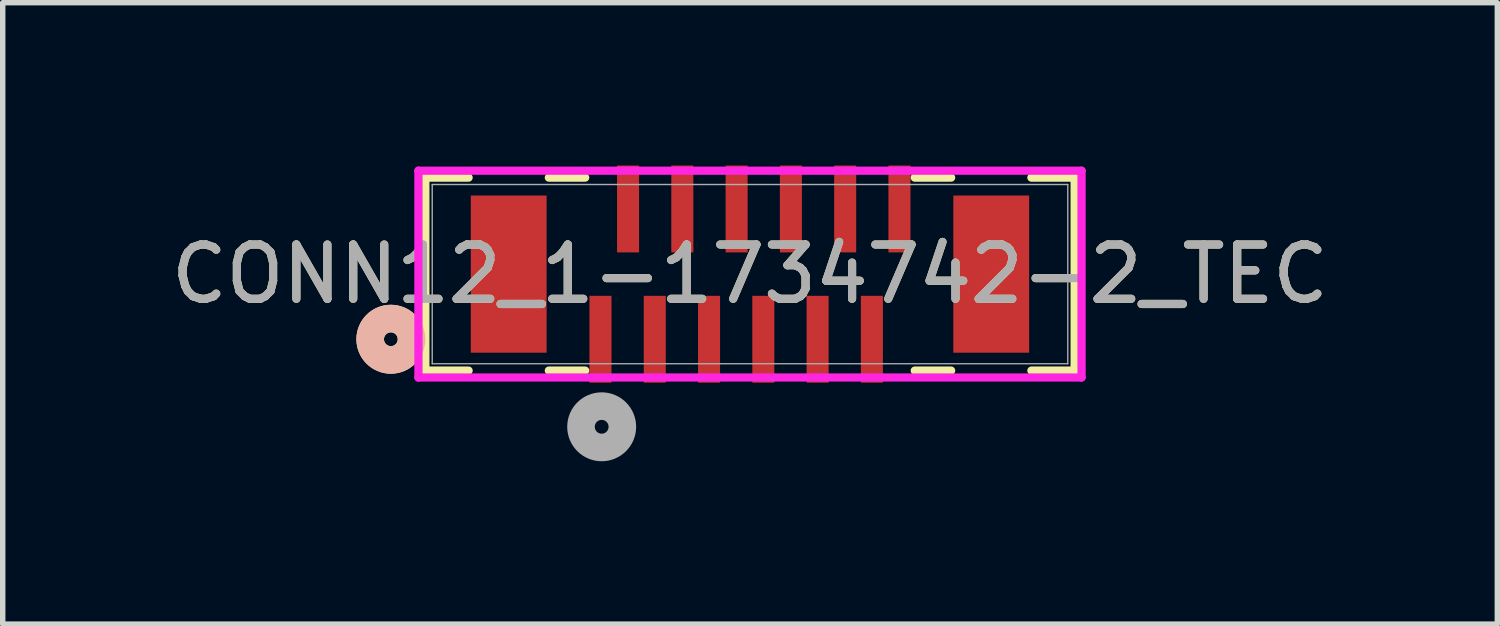
<source format=kicad_pcb>
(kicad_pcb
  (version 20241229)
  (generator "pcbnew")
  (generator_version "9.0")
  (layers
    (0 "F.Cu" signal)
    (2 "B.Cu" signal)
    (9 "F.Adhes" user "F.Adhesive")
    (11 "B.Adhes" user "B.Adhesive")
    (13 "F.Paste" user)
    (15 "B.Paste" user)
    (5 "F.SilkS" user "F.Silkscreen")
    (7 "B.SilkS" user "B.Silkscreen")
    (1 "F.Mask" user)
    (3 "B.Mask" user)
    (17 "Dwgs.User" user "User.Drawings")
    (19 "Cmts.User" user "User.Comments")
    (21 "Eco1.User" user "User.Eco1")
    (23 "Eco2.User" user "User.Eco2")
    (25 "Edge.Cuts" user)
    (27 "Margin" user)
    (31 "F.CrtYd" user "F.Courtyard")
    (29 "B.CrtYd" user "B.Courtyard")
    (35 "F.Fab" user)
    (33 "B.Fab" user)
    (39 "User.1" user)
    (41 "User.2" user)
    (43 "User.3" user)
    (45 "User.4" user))
  (footprint "CONN12_1-1734742-2_TEC"
    (layer "F.Cu")
    (at 8.035 3.213)
    (property "Reference" "CONN12_1-1734742-2_TEC" (at 2.732 -1.213 0) (unlocked yes) (layer "F.SilkS") (effects (font (size 1 1) (thickness 0.15))))
    (attr smd)
    (fp_line (start -3.249 -2.991) (end -3.249 0.565) (stroke (width 0.152) (type solid)) (layer "F.SilkS"))
    (fp_line (start -3.249 0.565) (end -2.452 0.565) (stroke (width 0.152) (type solid)) (layer "F.SilkS"))
    (fp_line (start -2.452 -2.991) (end -3.249 -2.991) (stroke (width 0.152) (type solid)) (layer "F.SilkS"))
    (fp_line (start -0.973 0.565) (end -0.304 0.565) (stroke (width 0.152) (type solid)) (layer "F.SilkS"))
    (fp_line (start -0.304 -2.991) (end -0.973 -2.991) (stroke (width 0.152) (type solid)) (layer "F.SilkS"))
    (fp_line (start 5.768 0.565) (end 6.438 0.565) (stroke (width 0.152) (type solid)) (layer "F.SilkS"))
    (fp_line (start 6.438 -2.991) (end 5.768 -2.991) (stroke (width 0.152) (type solid)) (layer "F.SilkS"))
    (fp_line (start 7.917 0.565) (end 8.714 0.565) (stroke (width 0.152) (type solid)) (layer "F.SilkS"))
    (fp_line (start 8.714 -2.991) (end 7.917 -2.991) (stroke (width 0.152) (type solid)) (layer "F.SilkS"))
    (fp_line (start 8.714 0.565) (end 8.714 -2.991) (stroke (width 0.152) (type solid)) (layer "F.SilkS"))
    (fp_circle (center -3.884 -0.013) (end -3.503 -0.013) (stroke (width 0.508) (type solid)) (fill no) (layer "F.SilkS"))
    (fp_circle (center -3.884 -0.013) (end -3.503 -0.013) (stroke (width 0.508) (type solid)) (fill no) (layer "B.SilkS"))
    (fp_line (start -3.376 -3.118) (end -3.376 0.692) (stroke (width 0.152) (type solid)) (layer "F.CrtYd"))
    (fp_line (start -3.376 0.692) (end 8.841 0.692) (stroke (width 0.152) (type solid)) (layer "F.CrtYd"))
    (fp_line (start 8.841 -3.118) (end -3.376 -3.118) (stroke (width 0.152) (type solid)) (layer "F.CrtYd"))
    (fp_line (start 8.841 0.692) (end 8.841 -3.118) (stroke (width 0.152) (type solid)) (layer "F.CrtYd"))
    (fp_line (start -3.122 -2.864) (end -3.122 0.438) (stroke (width 0.025) (type solid)) (layer "F.Fab"))
    (fp_line (start -3.122 0.438) (end 8.587 0.438) (stroke (width 0.025) (type solid)) (layer "F.Fab"))
    (fp_line (start 8.587 -2.864) (end -3.122 -2.864) (stroke (width 0.025) (type solid)) (layer "F.Fab"))
    (fp_line (start 8.587 0.438) (end 8.587 -2.864) (stroke (width 0.025) (type solid)) (layer "F.Fab"))
    (fp_circle (center 0 1.6) (end 0.381 1.6) (stroke (width 0.508) (type solid)) (fill no) (layer "F.Fab"))
    (fp_text user "${REFERENCE}" (at 2.732 -1.213 0) (unlocked yes) (layer "F.Fab") (effects (font (size 1 1) (thickness 0.15))))
    (pad "1" smd rect (at -0.022 -0.013) (size 0.406 1.6) (layers "F.Cu" "F.Mask" "F.Paste"))
    (pad "2" smd rect (at 0.978 -0.013) (size 0.406 1.6) (layers "F.Cu" "F.Mask" "F.Paste"))
    (pad "3" smd rect (at 1.978 -0.013) (size 0.406 1.6) (layers "F.Cu" "F.Mask" "F.Paste"))
    (pad "4" smd rect (at 2.978 -0.013) (size 0.406 1.6) (layers "F.Cu" "F.Mask" "F.Paste"))
    (pad "5" smd rect (at 3.978 -0.013) (size 0.406 1.6) (layers "F.Cu" "F.Mask" "F.Paste"))
    (pad "6" smd rect (at 4.978 -0.013) (size 0.406 1.6) (layers "F.Cu" "F.Mask" "F.Paste"))
    (pad "7" smd rect (at 0.486 -2.413) (size 0.406 1.6) (layers "F.Cu" "F.Mask" "F.Paste"))
    (pad "8" smd rect (at 1.486 -2.413) (size 0.406 1.6) (layers "F.Cu" "F.Mask" "F.Paste"))
    (pad "9" smd rect (at 2.486 -2.413) (size 0.406 1.6) (layers "F.Cu" "F.Mask" "F.Paste"))
    (pad "10" smd rect (at 3.486 -2.413) (size 0.406 1.6) (layers "F.Cu" "F.Mask" "F.Paste"))
    (pad "11" smd rect (at 4.486 -2.413) (size 0.406 1.6) (layers "F.Cu" "F.Mask" "F.Paste"))
    (pad "12" smd rect (at 5.486 -2.413) (size 0.406 1.6) (layers "F.Cu" "F.Mask" "F.Paste"))
    (pad "13" smd rect (at -1.713 -1.213) (size 1.397 2.896) (layers "F.Cu" "F.Mask" "F.Paste"))
    (pad "14" smd rect (at 7.177 -1.213) (size 1.397 2.896) (layers "F.Cu" "F.Mask" "F.Paste")))
  (gr_rect
    (start -3 -3)
    (end 24.536 8.448)
    (stroke (width 0.1) (type default))
    (fill no)
    (layer "Edge.Cuts")))
</source>
